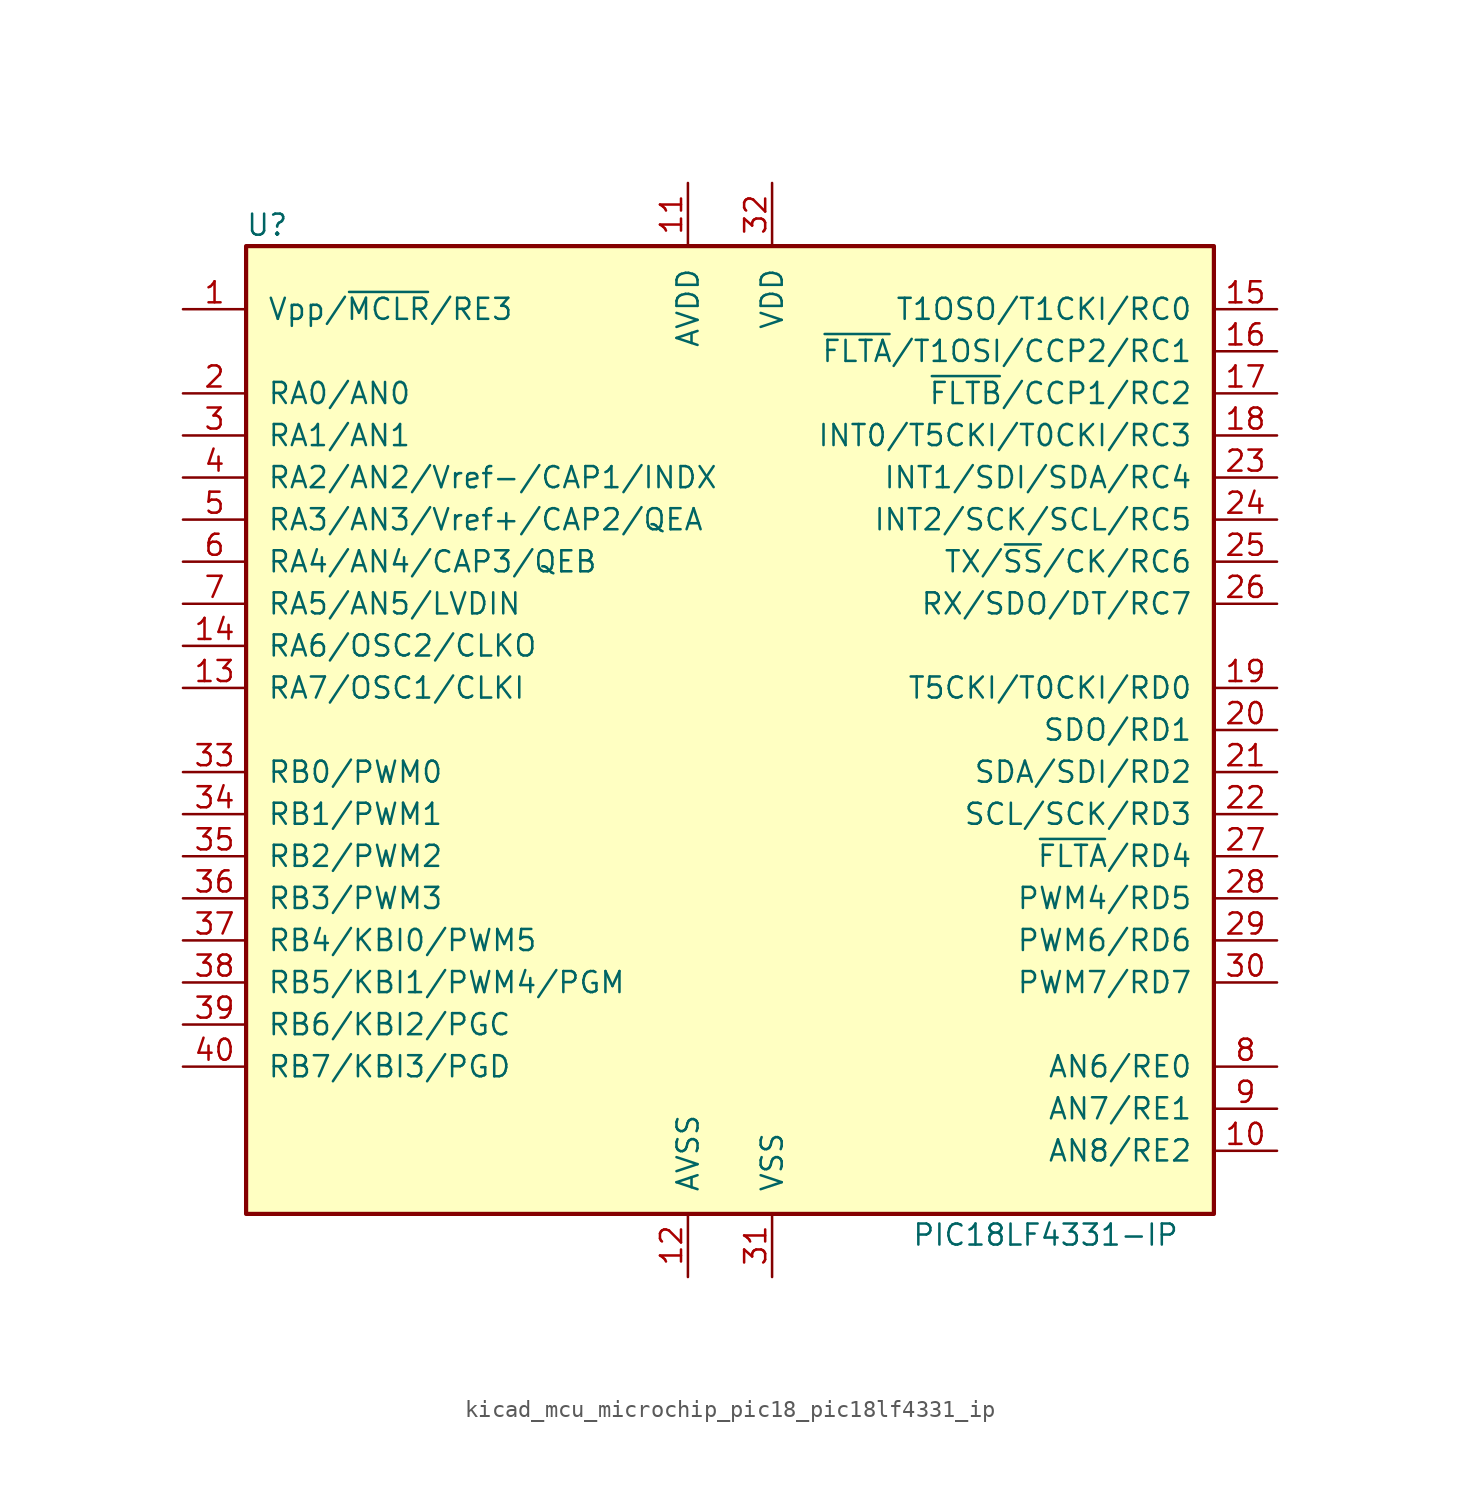
<source format=kicad_sym>
(kicad_symbol_lib
  (version 20220914)
  (generator kicad_symbol_editor)
  (symbol "kicad_mcu_microchip_pic18_pic18lf4331_ip"
    (pin_names
      (offset 1.27))
    (property "Reference" "U"
      (at -27.94 30.48 0)
      (effects (font (size 1.27 1.27))))
    (property "Value" "PIC18LF4331-IP"
      (at 19.05 -30.48 0)
      (effects (font (size 1.27 1.27))))
    (symbol "kicad_mcu_microchip_pic18_pic18lf4331_ip_0_1"
      (rectangle (start -29.21 29.21) (end 29.21 -29.21) (stroke (width 0.254) (type default)) (fill (type background))))
    (symbol "kicad_mcu_microchip_pic18_pic18lf4331_ip_1_1"
      (pin input line (at -33.02 25.4 0) (length 3.81) (name "Vpp/~{MCLR}/RE3" (effects (font (size 1.27 1.27)))) (number "1" (effects (font (size 1.27 1.27)))))
      (pin bidirectional line (at 33.02 -25.4 180) (length 3.81) (name "AN8/RE2" (effects (font (size 1.27 1.27)))) (number "10" (effects (font (size 1.27 1.27)))))
      (pin power_in line (at -2.54 33.02 270) (length 3.81) (name "AVDD" (effects (font (size 1.27 1.27)))) (number "11" (effects (font (size 1.27 1.27)))))
      (pin power_in line (at -2.54 -33.02 90) (length 3.81) (name "AVSS" (effects (font (size 1.27 1.27)))) (number "12" (effects (font (size 1.27 1.27)))))
      (pin bidirectional line (at -33.02 2.54 0) (length 3.81) (name "RA7/OSC1/CLKI" (effects (font (size 1.27 1.27)))) (number "13" (effects (font (size 1.27 1.27)))))
      (pin bidirectional line (at -33.02 5.08 0) (length 3.81) (name "RA6/OSC2/CLKO" (effects (font (size 1.27 1.27)))) (number "14" (effects (font (size 1.27 1.27)))))
      (pin bidirectional line (at 33.02 25.4 180) (length 3.81) (name "T1OSO/T1CKI/RC0" (effects (font (size 1.27 1.27)))) (number "15" (effects (font (size 1.27 1.27)))))
      (pin bidirectional line (at 33.02 22.86 180) (length 3.81) (name "~{FLTA}/T1OSI/CCP2/RC1" (effects (font (size 1.27 1.27)))) (number "16" (effects (font (size 1.27 1.27)))))
      (pin bidirectional line (at 33.02 20.32 180) (length 3.81) (name "~{FLTB}/CCP1/RC2" (effects (font (size 1.27 1.27)))) (number "17" (effects (font (size 1.27 1.27)))))
      (pin bidirectional line (at 33.02 17.78 180) (length 3.81) (name "INT0/T5CKI/T0CKI/RC3" (effects (font (size 1.27 1.27)))) (number "18" (effects (font (size 1.27 1.27)))))
      (pin bidirectional line (at 33.02 2.54 180) (length 3.81) (name "T5CKI/T0CKI/RD0" (effects (font (size 1.27 1.27)))) (number "19" (effects (font (size 1.27 1.27)))))
      (pin bidirectional line (at -33.02 20.32 0) (length 3.81) (name "RA0/AN0" (effects (font (size 1.27 1.27)))) (number "2" (effects (font (size 1.27 1.27)))))
      (pin bidirectional line (at 33.02 0 180) (length 3.81) (name "SDO/RD1" (effects (font (size 1.27 1.27)))) (number "20" (effects (font (size 1.27 1.27)))))
      (pin bidirectional line (at 33.02 -2.54 180) (length 3.81) (name "SDA/SDI/RD2" (effects (font (size 1.27 1.27)))) (number "21" (effects (font (size 1.27 1.27)))))
      (pin bidirectional line (at 33.02 -5.08 180) (length 3.81) (name "SCL/SCK/RD3" (effects (font (size 1.27 1.27)))) (number "22" (effects (font (size 1.27 1.27)))))
      (pin bidirectional line (at 33.02 15.24 180) (length 3.81) (name "INT1/SDI/SDA/RC4" (effects (font (size 1.27 1.27)))) (number "23" (effects (font (size 1.27 1.27)))))
      (pin bidirectional line (at 33.02 12.7 180) (length 3.81) (name "INT2/SCK/SCL/RC5" (effects (font (size 1.27 1.27)))) (number "24" (effects (font (size 1.27 1.27)))))
      (pin bidirectional line (at 33.02 10.16 180) (length 3.81) (name "TX/~{SS}/CK/RC6" (effects (font (size 1.27 1.27)))) (number "25" (effects (font (size 1.27 1.27)))))
      (pin bidirectional line (at 33.02 7.62 180) (length 3.81) (name "RX/SDO/DT/RC7" (effects (font (size 1.27 1.27)))) (number "26" (effects (font (size 1.27 1.27)))))
      (pin bidirectional line (at 33.02 -7.62 180) (length 3.81) (name "~{FLTA}/RD4" (effects (font (size 1.27 1.27)))) (number "27" (effects (font (size 1.27 1.27)))))
      (pin bidirectional line (at 33.02 -10.16 180) (length 3.81) (name "PWM4/RD5" (effects (font (size 1.27 1.27)))) (number "28" (effects (font (size 1.27 1.27)))))
      (pin bidirectional line (at 33.02 -12.7 180) (length 3.81) (name "PWM6/RD6" (effects (font (size 1.27 1.27)))) (number "29" (effects (font (size 1.27 1.27)))))
      (pin bidirectional line (at -33.02 17.78 0) (length 3.81) (name "RA1/AN1" (effects (font (size 1.27 1.27)))) (number "3" (effects (font (size 1.27 1.27)))))
      (pin bidirectional line (at 33.02 -15.24 180) (length 3.81) (name "PWM7/RD7" (effects (font (size 1.27 1.27)))) (number "30" (effects (font (size 1.27 1.27)))))
      (pin power_in line (at 2.54 -33.02 90) (length 3.81) (name "VSS" (effects (font (size 1.27 1.27)))) (number "31" (effects (font (size 1.27 1.27)))))
      (pin power_in line (at 2.54 33.02 270) (length 3.81) (name "VDD" (effects (font (size 1.27 1.27)))) (number "32" (effects (font (size 1.27 1.27)))))
      (pin bidirectional line (at -33.02 -2.54 0) (length 3.81) (name "RB0/PWM0" (effects (font (size 1.27 1.27)))) (number "33" (effects (font (size 1.27 1.27)))))
      (pin bidirectional line (at -33.02 -5.08 0) (length 3.81) (name "RB1/PWM1" (effects (font (size 1.27 1.27)))) (number "34" (effects (font (size 1.27 1.27)))))
      (pin bidirectional line (at -33.02 -7.62 0) (length 3.81) (name "RB2/PWM2" (effects (font (size 1.27 1.27)))) (number "35" (effects (font (size 1.27 1.27)))))
      (pin bidirectional line (at -33.02 -10.16 0) (length 3.81) (name "RB3/PWM3" (effects (font (size 1.27 1.27)))) (number "36" (effects (font (size 1.27 1.27)))))
      (pin bidirectional line (at -33.02 -12.7 0) (length 3.81) (name "RB4/KBI0/PWM5" (effects (font (size 1.27 1.27)))) (number "37" (effects (font (size 1.27 1.27)))))
      (pin bidirectional line (at -33.02 -15.24 0) (length 3.81) (name "RB5/KBI1/PWM4/PGM" (effects (font (size 1.27 1.27)))) (number "38" (effects (font (size 1.27 1.27)))))
      (pin bidirectional line (at -33.02 -17.78 0) (length 3.81) (name "RB6/KBI2/PGC" (effects (font (size 1.27 1.27)))) (number "39" (effects (font (size 1.27 1.27)))))
      (pin bidirectional line (at -33.02 15.24 0) (length 3.81) (name "RA2/AN2/Vref-/CAP1/INDX" (effects (font (size 1.27 1.27)))) (number "4" (effects (font (size 1.27 1.27)))))
      (pin bidirectional line (at -33.02 -20.32 0) (length 3.81) (name "RB7/KBI3/PGD" (effects (font (size 1.27 1.27)))) (number "40" (effects (font (size 1.27 1.27)))))
      (pin bidirectional line (at -33.02 12.7 0) (length 3.81) (name "RA3/AN3/Vref+/CAP2/QEA" (effects (font (size 1.27 1.27)))) (number "5" (effects (font (size 1.27 1.27)))))
      (pin bidirectional line (at -33.02 10.16 0) (length 3.81) (name "RA4/AN4/CAP3/QEB" (effects (font (size 1.27 1.27)))) (number "6" (effects (font (size 1.27 1.27)))))
      (pin bidirectional line (at -33.02 7.62 0) (length 3.81) (name "RA5/AN5/LVDIN" (effects (font (size 1.27 1.27)))) (number "7" (effects (font (size 1.27 1.27)))))
      (pin bidirectional line (at 33.02 -20.32 180) (length 3.81) (name "AN6/RE0" (effects (font (size 1.27 1.27)))) (number "8" (effects (font (size 1.27 1.27)))))
      (pin bidirectional line (at 33.02 -22.86 180) (length 3.81) (name "AN7/RE1" (effects (font (size 1.27 1.27)))) (number "9" (effects (font (size 1.27 1.27))))))))
</source>
